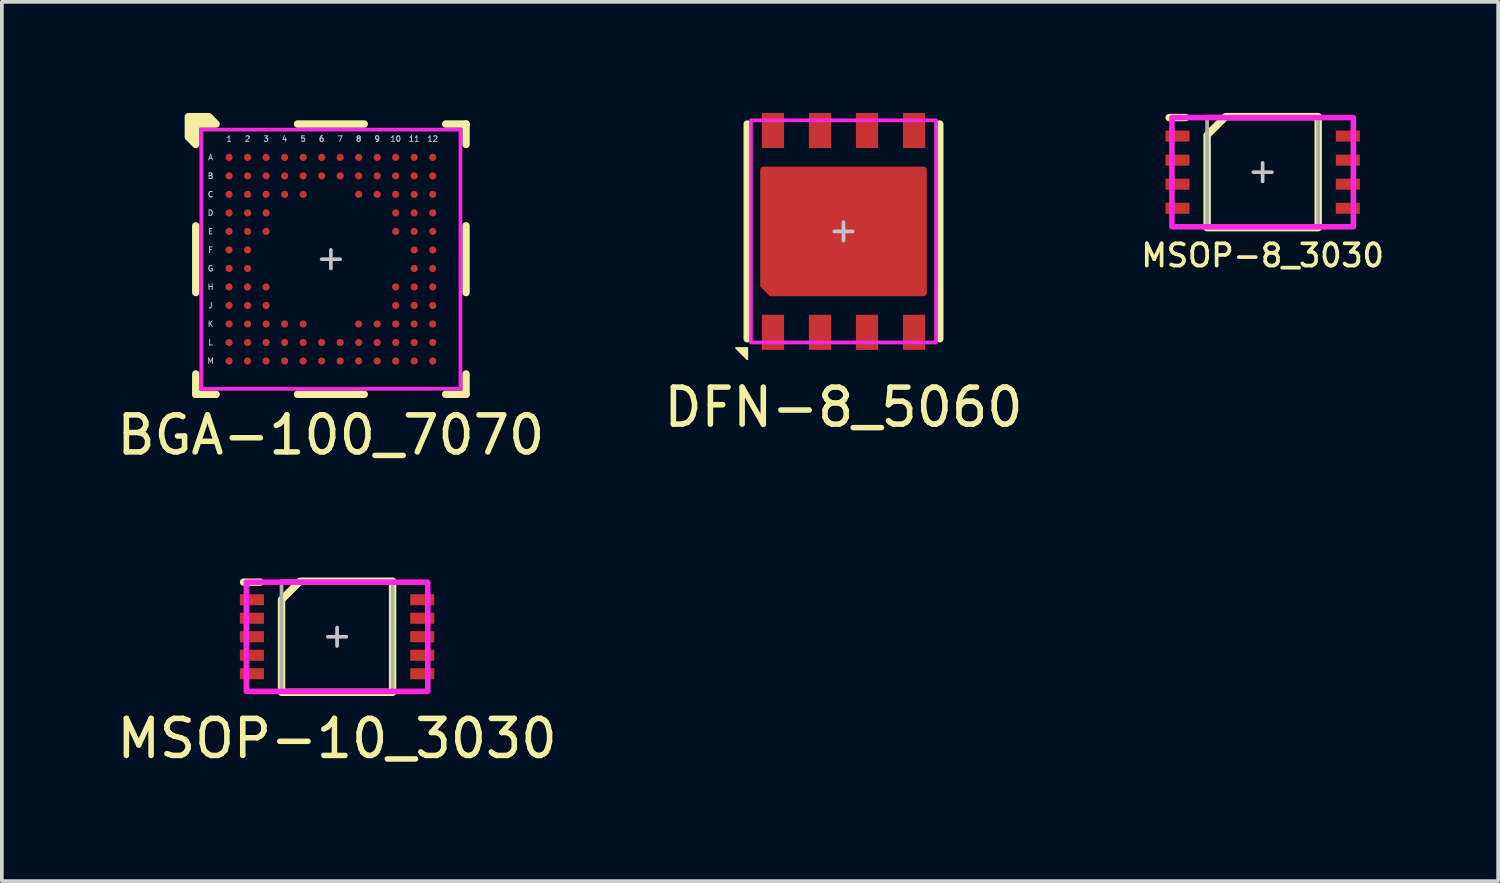
<source format=kicad_pcb>
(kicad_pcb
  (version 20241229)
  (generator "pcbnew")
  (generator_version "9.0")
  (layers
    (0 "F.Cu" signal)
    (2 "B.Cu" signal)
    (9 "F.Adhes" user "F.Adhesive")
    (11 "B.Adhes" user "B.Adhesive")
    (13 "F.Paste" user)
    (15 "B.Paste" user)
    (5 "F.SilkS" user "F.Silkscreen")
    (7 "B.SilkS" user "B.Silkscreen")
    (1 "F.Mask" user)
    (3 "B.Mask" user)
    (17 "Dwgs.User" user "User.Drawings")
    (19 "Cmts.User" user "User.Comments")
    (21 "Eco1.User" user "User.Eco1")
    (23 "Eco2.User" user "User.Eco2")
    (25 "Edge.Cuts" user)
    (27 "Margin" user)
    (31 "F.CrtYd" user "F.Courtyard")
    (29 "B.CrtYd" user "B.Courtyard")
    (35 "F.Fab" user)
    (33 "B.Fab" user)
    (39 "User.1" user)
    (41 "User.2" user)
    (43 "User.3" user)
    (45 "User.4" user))
  (footprint "DFN-8_5060"
    (layer "F.Cu")
    (at 19.732 3.2)
    (property "Reference" "DFN-8_5060" (at 0 4.75 0) (unlocked yes) (layer "F.SilkS") (effects (font (size 1 1) (thickness 0.15))))
    (attr smd)
    (fp_line (start -2.6 -2.9) (end -2.6 2.9) (stroke (width 0.2) (type solid)) (layer "F.SilkS"))
    (fp_line (start 2.6 -2.9) (end 2.6 2.9) (stroke (width 0.2) (type solid)) (layer "F.SilkS"))
    (fp_poly (pts (xy -2.9 3.15) (xy -2.6 3.15) (xy -2.6 3.45)) (stroke (width 0.05) (type solid)) (fill yes) (layer "F.SilkS"))
    (fp_rect (start -2.1 -1.6) (end -0.9 -0.75) (stroke (width 0) (type solid)) (fill yes) (layer "F.Paste"))
    (fp_rect (start -2.1 -0.45) (end -0.9 0.45) (stroke (width 0) (type solid)) (fill yes) (layer "F.Paste"))
    (fp_rect (start -0.6 -1.6) (end 0.6 -0.75) (stroke (width 0) (type solid)) (fill yes) (layer "F.Paste"))
    (fp_rect (start -0.6 -0.45) (end 0.6 0.45) (stroke (width 0) (type solid)) (fill yes) (layer "F.Paste"))
    (fp_rect (start -0.6 0.75) (end 0.6 1.6) (stroke (width 0) (type solid)) (fill yes) (layer "F.Paste"))
    (fp_rect (start 0.9 -1.6) (end 2.1 -0.75) (stroke (width 0) (type solid)) (fill yes) (layer "F.Paste"))
    (fp_rect (start 0.9 -0.45) (end 2.1 0.45) (stroke (width 0) (type solid)) (fill yes) (layer "F.Paste"))
    (fp_rect (start 0.9 0.75) (end 2.1 1.6) (stroke (width 0) (type solid)) (fill yes) (layer "F.Paste"))
    (fp_poly (pts (xy -0.9 1.6) (xy -1.9 1.6) (xy -2.1 1.4) (xy -2.1 0.75) (xy -0.9 0.75)) (stroke (width 0) (type solid)) (fill yes) (layer "F.Paste"))
    (fp_line (start -0.25 0) (end 0.25 0) (stroke (width 0.1) (type solid)) (layer "Dwgs.User"))
    (fp_line (start 0 -0.25) (end 0 0.25) (stroke (width 0.1) (type solid)) (layer "Dwgs.User"))
    (fp_rect (start -2.5 -3) (end 2.5 3) (stroke (width 0.1) (type solid)) (fill no) (layer "F.CrtYd"))
    (pad "1" smd rect (at -1.905 2.725) (size 0.6 0.95) (layers "F.Cu" "F.Mask" "F.Paste"))
    (pad "2" smd rect (at -0.635 2.725) (size 0.6 0.95) (layers "F.Cu" "F.Mask" "F.Paste"))
    (pad "3" smd rect (at 0.635 2.725) (size 0.6 0.95) (layers "F.Cu" "F.Mask" "F.Paste"))
    (pad "4" smd rect (at 1.905 2.725) (size 0.6 0.95) (layers "F.Cu" "F.Mask" "F.Paste"))
    (pad "5" smd rect (at 1.905 -2.725) (size 0.6 0.95) (layers "F.Cu" "F.Mask" "F.Paste"))
    (pad "6" smd rect (at 0.635 -2.725) (size 0.6 0.95) (layers "F.Cu" "F.Mask" "F.Paste"))
    (pad "7" smd rect (at -0.635 -2.725) (size 0.6 0.95) (layers "F.Cu" "F.Mask" "F.Paste"))
    (pad "8" smd rect (at -1.905 -2.725) (size 0.6 0.95) (layers "F.Cu" "F.Mask" "F.Paste"))
    (pad "EP" smd roundrect (at 0 0) (size 4.5 3.5) (layers "F.Cu" "F.Mask") (roundrect_rratio 0.025) (chamfer_ratio 0.075) (chamfer bottom_left)))
  (footprint "MSOP-8_3030"
    (layer "F.Cu")
    (at 31.052 1.6)
    (property "Reference" "MSOP-8_3030" (at 0 2.25 0) (unlocked yes) (layer "F.SilkS") (effects (font (size 0.6 0.6) (thickness 0.1))))
    (attr smd)
    (fp_line (start -2.525 -1.475) (end -2.075 -1.475) (stroke (width 0.2) (type solid)) (layer "F.SilkS"))
    (fp_poly (pts (xy 1.5 1.5) (xy -1.5 1.5) (xy -1.5 -1) (xy -1 -1.5) (xy 1.5 -1.5)) (stroke (width 0.2) (type solid)) (fill no) (layer "F.SilkS"))
    (fp_line (start -0.25 0) (end 0.25 0) (stroke (width 0.1) (type solid)) (layer "Dwgs.User"))
    (fp_line (start 0 0.25) (end 0 -0.25) (stroke (width 0.1) (type solid)) (layer "Dwgs.User"))
    (fp_rect (start -2.45 -1.475) (end 2.45 1.475) (stroke (width 0.15) (type solid)) (fill no) (layer "F.CrtYd"))
    (fp_rect (start -1.5 -1.5) (end 1.5 1.5) (stroke (width 0.1) (type solid)) (fill no) (layer "F.Fab"))
    (pad "1" smd roundrect (at -2.3 -0.975) (size 0.65 0.3) (layers "F.Cu" "F.Mask" "F.Paste") (roundrect_rratio 0.05))
    (pad "2" smd roundrect (at -2.3 -0.325) (size 0.65 0.3) (layers "F.Cu" "F.Mask" "F.Paste") (roundrect_rratio 0.05))
    (pad "3" smd roundrect (at -2.3 0.325) (size 0.65 0.3) (layers "F.Cu" "F.Mask" "F.Paste") (roundrect_rratio 0.05))
    (pad "4" smd roundrect (at -2.3 0.975) (size 0.65 0.3) (layers "F.Cu" "F.Mask" "F.Paste") (roundrect_rratio 0.05))
    (pad "5" smd roundrect (at 2.3 0.975) (size 0.65 0.3) (layers "F.Cu" "F.Mask" "F.Paste") (roundrect_rratio 0.05))
    (pad "6" smd roundrect (at 2.3 0.325) (size 0.65 0.3) (layers "F.Cu" "F.Mask" "F.Paste") (roundrect_rratio 0.05))
    (pad "7" smd roundrect (at 2.3 -0.325) (size 0.65 0.3) (layers "F.Cu" "F.Mask" "F.Paste") (roundrect_rratio 0.05))
    (pad "8" smd roundrect (at 2.3 -0.975) (size 0.65 0.3) (layers "F.Cu" "F.Mask" "F.Paste") (roundrect_rratio 0.05)))
  (footprint "BGA-100_7070"
    (layer "F.Cu")
    (at 5.887 3.95)
    (property "Reference" "BGA-100_7070" (at 0 4.75 0) (unlocked yes) (layer "F.SilkS") (effects (font (size 1 1) (thickness 0.15))))
    (attr smd)
    (fp_line (start -3.65 -0.9) (end -3.65 0.9) (stroke (width 0.2) (type solid)) (layer "F.SilkS"))
    (fp_line (start -3.65 3.1) (end -3.65 3.65) (stroke (width 0.2) (type solid)) (layer "F.SilkS"))
    (fp_line (start -3.65 3.65) (end -3.1 3.65) (stroke (width 0.2) (type solid)) (layer "F.SilkS"))
    (fp_line (start -0.9 3.65) (end 0.9 3.65) (stroke (width 0.2) (type solid)) (layer "F.SilkS"))
    (fp_line (start 0.9 -3.65) (end -0.9 -3.65) (stroke (width 0.2) (type solid)) (layer "F.SilkS"))
    (fp_line (start 3.1 3.65) (end 3.65 3.65) (stroke (width 0.2) (type solid)) (layer "F.SilkS"))
    (fp_line (start 3.65 -3.65) (end 3.1 -3.65) (stroke (width 0.2) (type solid)) (layer "F.SilkS"))
    (fp_line (start 3.65 -3.1) (end 3.65 -3.65) (stroke (width 0.2) (type solid)) (layer "F.SilkS"))
    (fp_line (start 3.65 0.9) (end 3.65 -0.9) (stroke (width 0.2) (type solid)) (layer "F.SilkS"))
    (fp_line (start 3.65 3.65) (end 3.65 3.1) (stroke (width 0.2) (type solid)) (layer "F.SilkS"))
    (fp_poly (pts (xy -3.1 -3.65) (xy -3.65 -3.65) (xy -3.65 -3.1) (xy -3.85 -3.3) (xy -3.85 -3.85) (xy -3.3 -3.85)) (stroke (width 0.2) (type solid)) (fill yes) (layer "F.SilkS"))
    (fp_line (start -0.25 0) (end 0.25 0) (stroke (width 0.1) (type solid)) (layer "Dwgs.User"))
    (fp_line (start 0 -0.25) (end 0 0.25) (stroke (width 0.1) (type solid)) (layer "Dwgs.User"))
    (fp_rect (start -3.5 -3.5) (end 3.5 3.5) (stroke (width 0.1) (type solid)) (fill no) (layer "F.CrtYd"))
    (fp_text user "1" (at -2.75 -3.25 0) (unlocked yes) (layer "Dwgs.User") (effects (font (size 0.15 0.15) (thickness 0.025))))
    (fp_text user "7" (at 0.25 -3.25 0) (unlocked yes) (layer "Dwgs.User") (effects (font (size 0.15 0.15) (thickness 0.025))))
    (fp_text user "12" (at 2.75 -3.25 0) (unlocked yes) (layer "Dwgs.User") (effects (font (size 0.15 0.15) (thickness 0.025))))
    (fp_text user "6" (at -0.25 -3.25 0) (unlocked yes) (layer "Dwgs.User") (effects (font (size 0.15 0.15) (thickness 0.025))))
    (fp_text user "H" (at -3.25 0.75 0) (unlocked yes) (layer "Dwgs.User") (effects (font (size 0.15 0.15) (thickness 0.025))))
    (fp_text user "K" (at -3.25 1.75 0) (unlocked yes) (layer "Dwgs.User") (effects (font (size 0.15 0.15) (thickness 0.025))))
    (fp_text user "D" (at -3.25 -1.25 0) (unlocked yes) (layer "Dwgs.User") (effects (font (size 0.15 0.15) (thickness 0.025))))
    (fp_text user "10" (at 1.75 -3.25 0) (unlocked yes) (layer "Dwgs.User") (effects (font (size 0.15 0.15) (thickness 0.025))))
    (fp_text user "C" (at -3.25 -1.75 0) (unlocked yes) (layer "Dwgs.User") (effects (font (size 0.15 0.15) (thickness 0.025))))
    (fp_text user "4" (at -1.25 -3.25 0) (unlocked yes) (layer "Dwgs.User") (effects (font (size 0.15 0.15) (thickness 0.025))))
    (fp_text user "F" (at -3.25 -0.25 0) (unlocked yes) (layer "Dwgs.User") (effects (font (size 0.15 0.15) (thickness 0.025))))
    (fp_text user "G" (at -3.25 0.25 0) (unlocked yes) (layer "Dwgs.User") (effects (font (size 0.15 0.15) (thickness 0.025))))
    (fp_text user "3" (at -1.75 -3.25 0) (unlocked yes) (layer "Dwgs.User") (effects (font (size 0.15 0.15) (thickness 0.025))))
    (fp_text user "2" (at -2.25 -3.25 0) (unlocked yes) (layer "Dwgs.User") (effects (font (size 0.15 0.15) (thickness 0.025))))
    (fp_text user "M" (at -3.25 2.75 0) (unlocked yes) (layer "Dwgs.User") (effects (font (size 0.15 0.15) (thickness 0.025))))
    (fp_text user "B" (at -3.25 -2.25 0) (unlocked yes) (layer "Dwgs.User") (effects (font (size 0.15 0.15) (thickness 0.025))))
    (fp_text user "E" (at -3.25 -0.75 0) (unlocked yes) (layer "Dwgs.User") (effects (font (size 0.15 0.15) (thickness 0.025))))
    (fp_text user "A" (at -3.25 -2.75 0) (unlocked yes) (layer "Dwgs.User") (effects (font (size 0.15 0.15) (thickness 0.025))))
    (fp_text user "8" (at 0.75 -3.25 0) (unlocked yes) (layer "Dwgs.User") (effects (font (size 0.15 0.15) (thickness 0.025))))
    (fp_text user "11" (at 2.25 -3.25 0) (unlocked yes) (layer "Dwgs.User") (effects (font (size 0.15 0.15) (thickness 0.025))))
    (fp_text user "5" (at -0.75 -3.25 0) (unlocked yes) (layer "Dwgs.User") (effects (font (size 0.15 0.15) (thickness 0.025))))
    (fp_text user "L" (at -3.25 2.25 0) (unlocked yes) (layer "Dwgs.User") (effects (font (size 0.15 0.15) (thickness 0.025))))
    (fp_text user "9" (at 1.25 -3.25 0) (unlocked yes) (layer "Dwgs.User") (effects (font (size 0.15 0.15) (thickness 0.025))))
    (fp_text user "J" (at -3.25 1.25 0) (unlocked yes) (layer "Dwgs.User") (effects (font (size 0.15 0.15) (thickness 0.025))))
    (pad "A1" smd circle (at -2.75 -2.75) (size 0.195 0.195) (layers "F.Cu" "F.Mask" "F.Paste"))
    (pad "A2" smd circle (at -2.25 -2.75) (size 0.195 0.195) (layers "F.Cu" "F.Mask" "F.Paste"))
    (pad "A3" smd circle (at -1.75 -2.75) (size 0.195 0.195) (layers "F.Cu" "F.Mask" "F.Paste"))
    (pad "A4" smd circle (at -1.25 -2.75) (size 0.195 0.195) (layers "F.Cu" "F.Mask" "F.Paste"))
    (pad "A5" smd circle (at -0.75 -2.75) (size 0.195 0.195) (layers "F.Cu" "F.Mask" "F.Paste"))
    (pad "A6" smd circle (at -0.25 -2.75) (size 0.195 0.195) (layers "F.Cu" "F.Mask" "F.Paste"))
    (pad "A7" smd circle (at 0.25 -2.75) (size 0.195 0.195) (layers "F.Cu" "F.Mask" "F.Paste"))
    (pad "A8" smd circle (at 0.75 -2.75) (size 0.195 0.195) (layers "F.Cu" "F.Mask" "F.Paste"))
    (pad "A9" smd circle (at 1.25 -2.75) (size 0.195 0.195) (layers "F.Cu" "F.Mask" "F.Paste"))
    (pad "A10" smd circle (at 1.75 -2.75) (size 0.195 0.195) (layers "F.Cu" "F.Mask" "F.Paste"))
    (pad "A11" smd circle (at 2.25 -2.75) (size 0.195 0.195) (layers "F.Cu" "F.Mask" "F.Paste"))
    (pad "A12" smd circle (at 2.75 -2.75) (size 0.195 0.195) (layers "F.Cu" "F.Mask" "F.Paste"))
    (pad "B1" smd circle (at -2.75 -2.25) (size 0.195 0.195) (layers "F.Cu" "F.Mask" "F.Paste"))
    (pad "B2" smd circle (at -2.25 -2.25) (size 0.195 0.195) (layers "F.Cu" "F.Mask" "F.Paste"))
    (pad "B3" smd circle (at -1.75 -2.25) (size 0.195 0.195) (layers "F.Cu" "F.Mask" "F.Paste"))
    (pad "B4" smd circle (at -1.25 -2.25) (size 0.195 0.195) (layers "F.Cu" "F.Mask" "F.Paste"))
    (pad "B5" smd circle (at -0.75 -2.25) (size 0.195 0.195) (layers "F.Cu" "F.Mask" "F.Paste"))
    (pad "B6" smd circle (at -0.25 -2.25) (size 0.195 0.195) (layers "F.Cu" "F.Mask" "F.Paste"))
    (pad "B7" smd circle (at 0.25 -2.25) (size 0.195 0.195) (layers "F.Cu" "F.Mask" "F.Paste"))
    (pad "B8" smd circle (at 0.75 -2.25) (size 0.195 0.195) (layers "F.Cu" "F.Mask" "F.Paste"))
    (pad "B9" smd circle (at 1.25 -2.25) (size 0.195 0.195) (layers "F.Cu" "F.Mask" "F.Paste"))
    (pad "B10" smd circle (at 1.75 -2.25) (size 0.195 0.195) (layers "F.Cu" "F.Mask" "F.Paste"))
    (pad "B11" smd circle (at 2.25 -2.25) (size 0.195 0.195) (layers "F.Cu" "F.Mask" "F.Paste"))
    (pad "B12" smd circle (at 2.75 -2.25) (size 0.195 0.195) (layers "F.Cu" "F.Mask" "F.Paste"))
    (pad "C1" smd circle (at -2.75 -1.75) (size 0.195 0.195) (layers "F.Cu" "F.Mask" "F.Paste"))
    (pad "C2" smd circle (at -2.25 -1.75) (size 0.195 0.195) (layers "F.Cu" "F.Mask" "F.Paste"))
    (pad "C3" smd circle (at -1.75 -1.75) (size 0.195 0.195) (layers "F.Cu" "F.Mask" "F.Paste"))
    (pad "C4" smd circle (at -1.25 -1.75) (size 0.195 0.195) (layers "F.Cu" "F.Mask" "F.Paste"))
    (pad "C5" smd circle (at -0.75 -1.75) (size 0.195 0.195) (layers "F.Cu" "F.Mask" "F.Paste"))
    (pad "C8" smd circle (at 0.75 -1.75) (size 0.195 0.195) (layers "F.Cu" "F.Mask" "F.Paste"))
    (pad "C9" smd circle (at 1.25 -1.75) (size 0.195 0.195) (layers "F.Cu" "F.Mask" "F.Paste"))
    (pad "C10" smd circle (at 1.75 -1.75) (size 0.195 0.195) (layers "F.Cu" "F.Mask" "F.Paste"))
    (pad "C11" smd circle (at 2.25 -1.75) (size 0.195 0.195) (layers "F.Cu" "F.Mask" "F.Paste"))
    (pad "C12" smd circle (at 2.75 -1.75) (size 0.195 0.195) (layers "F.Cu" "F.Mask" "F.Paste"))
    (pad "D1" smd circle (at -2.75 -1.25) (size 0.195 0.195) (layers "F.Cu" "F.Mask" "F.Paste"))
    (pad "D2" smd circle (at -2.25 -1.25) (size 0.195 0.195) (layers "F.Cu" "F.Mask" "F.Paste"))
    (pad "D3" smd circle (at -1.75 -1.25) (size 0.195 0.195) (layers "F.Cu" "F.Mask" "F.Paste"))
    (pad "D10" smd circle (at 1.75 -1.25) (size 0.195 0.195) (layers "F.Cu" "F.Mask" "F.Paste"))
    (pad "D11" smd circle (at 2.25 -1.25) (size 0.195 0.195) (layers "F.Cu" "F.Mask" "F.Paste"))
    (pad "D12" smd circle (at 2.75 -1.25) (size 0.195 0.195) (layers "F.Cu" "F.Mask" "F.Paste"))
    (pad "E1" smd circle (at -2.75 -0.75) (size 0.195 0.195) (layers "F.Cu" "F.Mask" "F.Paste"))
    (pad "E2" smd circle (at -2.25 -0.75) (size 0.195 0.195) (layers "F.Cu" "F.Mask" "F.Paste"))
    (pad "E3" smd circle (at -1.75 -0.75) (size 0.195 0.195) (layers "F.Cu" "F.Mask" "F.Paste"))
    (pad "E10" smd circle (at 1.75 -0.75) (size 0.195 0.195) (layers "F.Cu" "F.Mask" "F.Paste"))
    (pad "E11" smd circle (at 2.25 -0.75) (size 0.195 0.195) (layers "F.Cu" "F.Mask" "F.Paste"))
    (pad "E12" smd circle (at 2.75 -0.75) (size 0.195 0.195) (layers "F.Cu" "F.Mask" "F.Paste"))
    (pad "F1" smd circle (at -2.75 -0.25) (size 0.195 0.195) (layers "F.Cu" "F.Mask" "F.Paste"))
    (pad "F2" smd circle (at -2.25 -0.25) (size 0.195 0.195) (layers "F.Cu" "F.Mask" "F.Paste"))
    (pad "F11" smd circle (at 2.25 -0.25) (size 0.195 0.195) (layers "F.Cu" "F.Mask" "F.Paste"))
    (pad "F12" smd circle (at 2.75 -0.25) (size 0.195 0.195) (layers "F.Cu" "F.Mask" "F.Paste"))
    (pad "G1" smd circle (at -2.75 0.25) (size 0.195 0.195) (layers "F.Cu" "F.Mask" "F.Paste"))
    (pad "G2" smd circle (at -2.25 0.25) (size 0.195 0.195) (layers "F.Cu" "F.Mask" "F.Paste"))
    (pad "G11" smd circle (at 2.25 0.25) (size 0.195 0.195) (layers "F.Cu" "F.Mask" "F.Paste"))
    (pad "G12" smd circle (at 2.75 0.25) (size 0.195 0.195) (layers "F.Cu" "F.Mask" "F.Paste"))
    (pad "H1" smd circle (at -2.75 0.75) (size 0.195 0.195) (layers "F.Cu" "F.Mask" "F.Paste"))
    (pad "H2" smd circle (at -2.25 0.75) (size 0.195 0.195) (layers "F.Cu" "F.Mask" "F.Paste"))
    (pad "H3" smd circle (at -1.75 0.75) (size 0.195 0.195) (layers "F.Cu" "F.Mask" "F.Paste"))
    (pad "H10" smd circle (at 1.75 0.75) (size 0.195 0.195) (layers "F.Cu" "F.Mask" "F.Paste"))
    (pad "H11" smd circle (at 2.25 0.75) (size 0.195 0.195) (layers "F.Cu" "F.Mask" "F.Paste"))
    (pad "H12" smd circle (at 2.75 0.75) (size 0.195 0.195) (layers "F.Cu" "F.Mask" "F.Paste"))
    (pad "J1" smd circle (at -2.75 1.25) (size 0.195 0.195) (layers "F.Cu" "F.Mask" "F.Paste"))
    (pad "J2" smd circle (at -2.25 1.25) (size 0.195 0.195) (layers "F.Cu" "F.Mask" "F.Paste"))
    (pad "J3" smd circle (at -1.75 1.25) (size 0.195 0.195) (layers "F.Cu" "F.Mask" "F.Paste"))
    (pad "J10" smd circle (at 1.75 1.25) (size 0.195 0.195) (layers "F.Cu" "F.Mask" "F.Paste"))
    (pad "J11" smd circle (at 2.25 1.25) (size 0.195 0.195) (layers "F.Cu" "F.Mask" "F.Paste"))
    (pad "J12" smd circle (at 2.75 1.25) (size 0.195 0.195) (layers "F.Cu" "F.Mask" "F.Paste"))
    (pad "K1" smd circle (at -2.75 1.75) (size 0.195 0.195) (layers "F.Cu" "F.Mask" "F.Paste"))
    (pad "K2" smd circle (at -2.25 1.75) (size 0.195 0.195) (layers "F.Cu" "F.Mask" "F.Paste"))
    (pad "K3" smd circle (at -1.75 1.75) (size 0.195 0.195) (layers "F.Cu" "F.Mask" "F.Paste"))
    (pad "K4" smd circle (at -1.25 1.75) (size 0.195 0.195) (layers "F.Cu" "F.Mask" "F.Paste"))
    (pad "K5" smd circle (at -0.75 1.75) (size 0.195 0.195) (layers "F.Cu" "F.Mask" "F.Paste"))
    (pad "K8" smd circle (at 0.75 1.75) (size 0.195 0.195) (layers "F.Cu" "F.Mask" "F.Paste"))
    (pad "K9" smd circle (at 1.25 1.75) (size 0.195 0.195) (layers "F.Cu" "F.Mask" "F.Paste"))
    (pad "K10" smd circle (at 1.75 1.75) (size 0.195 0.195) (layers "F.Cu" "F.Mask" "F.Paste"))
    (pad "K11" smd circle (at 2.25 1.75) (size 0.195 0.195) (layers "F.Cu" "F.Mask" "F.Paste"))
    (pad "K12" smd circle (at 2.75 1.75) (size 0.195 0.195) (layers "F.Cu" "F.Mask" "F.Paste"))
    (pad "L1" smd circle (at -2.75 2.25) (size 0.195 0.195) (layers "F.Cu" "F.Mask" "F.Paste"))
    (pad "L2" smd circle (at -2.25 2.25) (size 0.195 0.195) (layers "F.Cu" "F.Mask" "F.Paste"))
    (pad "L3" smd circle (at -1.75 2.25) (size 0.195 0.195) (layers "F.Cu" "F.Mask" "F.Paste"))
    (pad "L4" smd circle (at -1.25 2.25) (size 0.195 0.195) (layers "F.Cu" "F.Mask" "F.Paste"))
    (pad "L5" smd circle (at -0.75 2.25) (size 0.195 0.195) (layers "F.Cu" "F.Mask" "F.Paste"))
    (pad "L6" smd circle (at -0.25 2.25) (size 0.195 0.195) (layers "F.Cu" "F.Mask" "F.Paste"))
    (pad "L7" smd circle (at 0.25 2.25) (size 0.195 0.195) (layers "F.Cu" "F.Mask" "F.Paste"))
    (pad "L8" smd circle (at 0.75 2.25) (size 0.195 0.195) (layers "F.Cu" "F.Mask" "F.Paste"))
    (pad "L9" smd circle (at 1.25 2.25) (size 0.195 0.195) (layers "F.Cu" "F.Mask" "F.Paste"))
    (pad "L10" smd circle (at 1.75 2.25) (size 0.195 0.195) (layers "F.Cu" "F.Mask" "F.Paste"))
    (pad "L11" smd circle (at 2.25 2.25) (size 0.195 0.195) (layers "F.Cu" "F.Mask" "F.Paste"))
    (pad "L12" smd circle (at 2.75 2.25) (size 0.195 0.195) (layers "F.Cu" "F.Mask" "F.Paste"))
    (pad "M1" smd circle (at -2.75 2.75) (size 0.195 0.195) (layers "F.Cu" "F.Mask" "F.Paste"))
    (pad "M2" smd circle (at -2.25 2.75) (size 0.195 0.195) (layers "F.Cu" "F.Mask" "F.Paste"))
    (pad "M3" smd circle (at -1.75 2.75) (size 0.195 0.195) (layers "F.Cu" "F.Mask" "F.Paste"))
    (pad "M4" smd circle (at -1.25 2.75) (size 0.195 0.195) (layers "F.Cu" "F.Mask" "F.Paste"))
    (pad "M5" smd circle (at -0.75 2.75) (size 0.195 0.195) (layers "F.Cu" "F.Mask" "F.Paste"))
    (pad "M6" smd circle (at -0.25 2.75) (size 0.195 0.195) (layers "F.Cu" "F.Mask" "F.Paste"))
    (pad "M7" smd circle (at 0.25 2.75) (size 0.195 0.195) (layers "F.Cu" "F.Mask" "F.Paste"))
    (pad "M8" smd circle (at 0.75 2.75) (size 0.195 0.195) (layers "F.Cu" "F.Mask" "F.Paste"))
    (pad "M9" smd circle (at 1.25 2.75) (size 0.195 0.195) (layers "F.Cu" "F.Mask" "F.Paste"))
    (pad "M10" smd circle (at 1.75 2.75) (size 0.195 0.195) (layers "F.Cu" "F.Mask" "F.Paste"))
    (pad "M11" smd circle (at 2.25 2.75) (size 0.195 0.195) (layers "F.Cu" "F.Mask" "F.Paste"))
    (pad "M12" smd circle (at 2.75 2.75) (size 0.195 0.195) (layers "F.Cu" "F.Mask" "F.Paste")))
  (footprint "MSOP-10_3030"
    (layer "F.Cu")
    (at 6.054 14.148)
    (property "Reference" "MSOP-10_3030" (at 0 2.75 0) (unlocked yes) (layer "F.SilkS") (effects (font (size 1 1) (thickness 0.15))))
    (attr smd)
    (fp_line (start -2.525 -1.475) (end -2.075 -1.475) (stroke (width 0.2) (type solid)) (layer "F.SilkS"))
    (fp_poly (pts (xy 1.5 1.5) (xy -1.5 1.5) (xy -1.5 -1) (xy -1 -1.5) (xy 1.5 -1.5)) (stroke (width 0.2) (type solid)) (fill no) (layer "F.SilkS"))
    (fp_line (start -0.25 0) (end 0.25 0) (stroke (width 0.1) (type solid)) (layer "Dwgs.User"))
    (fp_line (start 0 0.25) (end 0 -0.25) (stroke (width 0.1) (type solid)) (layer "Dwgs.User"))
    (fp_rect (start -2.45 -1.475) (end 2.45 1.475) (stroke (width 0.15) (type solid)) (fill no) (layer "F.CrtYd"))
    (fp_rect (start -1.5 -1.5) (end 1.5 1.5) (stroke (width 0.1) (type solid)) (fill no) (layer "F.Fab"))
    (pad "1" smd roundrect (at -2.3 -1) (size 0.65 0.3) (layers "F.Cu" "F.Mask" "F.Paste") (roundrect_rratio 0.05))
    (pad "2" smd roundrect (at -2.3 -0.5) (size 0.65 0.3) (layers "F.Cu" "F.Mask" "F.Paste") (roundrect_rratio 0.05))
    (pad "3" smd roundrect (at -2.3 0) (size 0.65 0.3) (layers "F.Cu" "F.Mask" "F.Paste") (roundrect_rratio 0.05))
    (pad "4" smd roundrect (at -2.3 0.5) (size 0.65 0.3) (layers "F.Cu" "F.Mask" "F.Paste") (roundrect_rratio 0.05))
    (pad "5" smd roundrect (at -2.3 1) (size 0.65 0.3) (layers "F.Cu" "F.Mask" "F.Paste") (roundrect_rratio 0.05))
    (pad "6" smd roundrect (at 2.3 1) (size 0.65 0.3) (layers "F.Cu" "F.Mask" "F.Paste") (roundrect_rratio 0.05))
    (pad "7" smd roundrect (at 2.3 0.5) (size 0.65 0.3) (layers "F.Cu" "F.Mask" "F.Paste") (roundrect_rratio 0.05))
    (pad "8" smd roundrect (at 2.3 0) (size 0.65 0.3) (layers "F.Cu" "F.Mask" "F.Paste") (roundrect_rratio 0.05))
    (pad "9" smd roundrect (at 2.3 -0.5) (size 0.65 0.3) (layers "F.Cu" "F.Mask" "F.Paste") (roundrect_rratio 0.05))
    (pad "10" smd roundrect (at 2.3 -1) (size 0.65 0.3) (layers "F.Cu" "F.Mask" "F.Paste") (roundrect_rratio 0.05)))
  (gr_rect
    (start -3 -3)
    (end 37.413 20.747)
    (stroke (width 0.1) (type default))
    (fill no)
    (layer "Edge.Cuts")))
</source>
